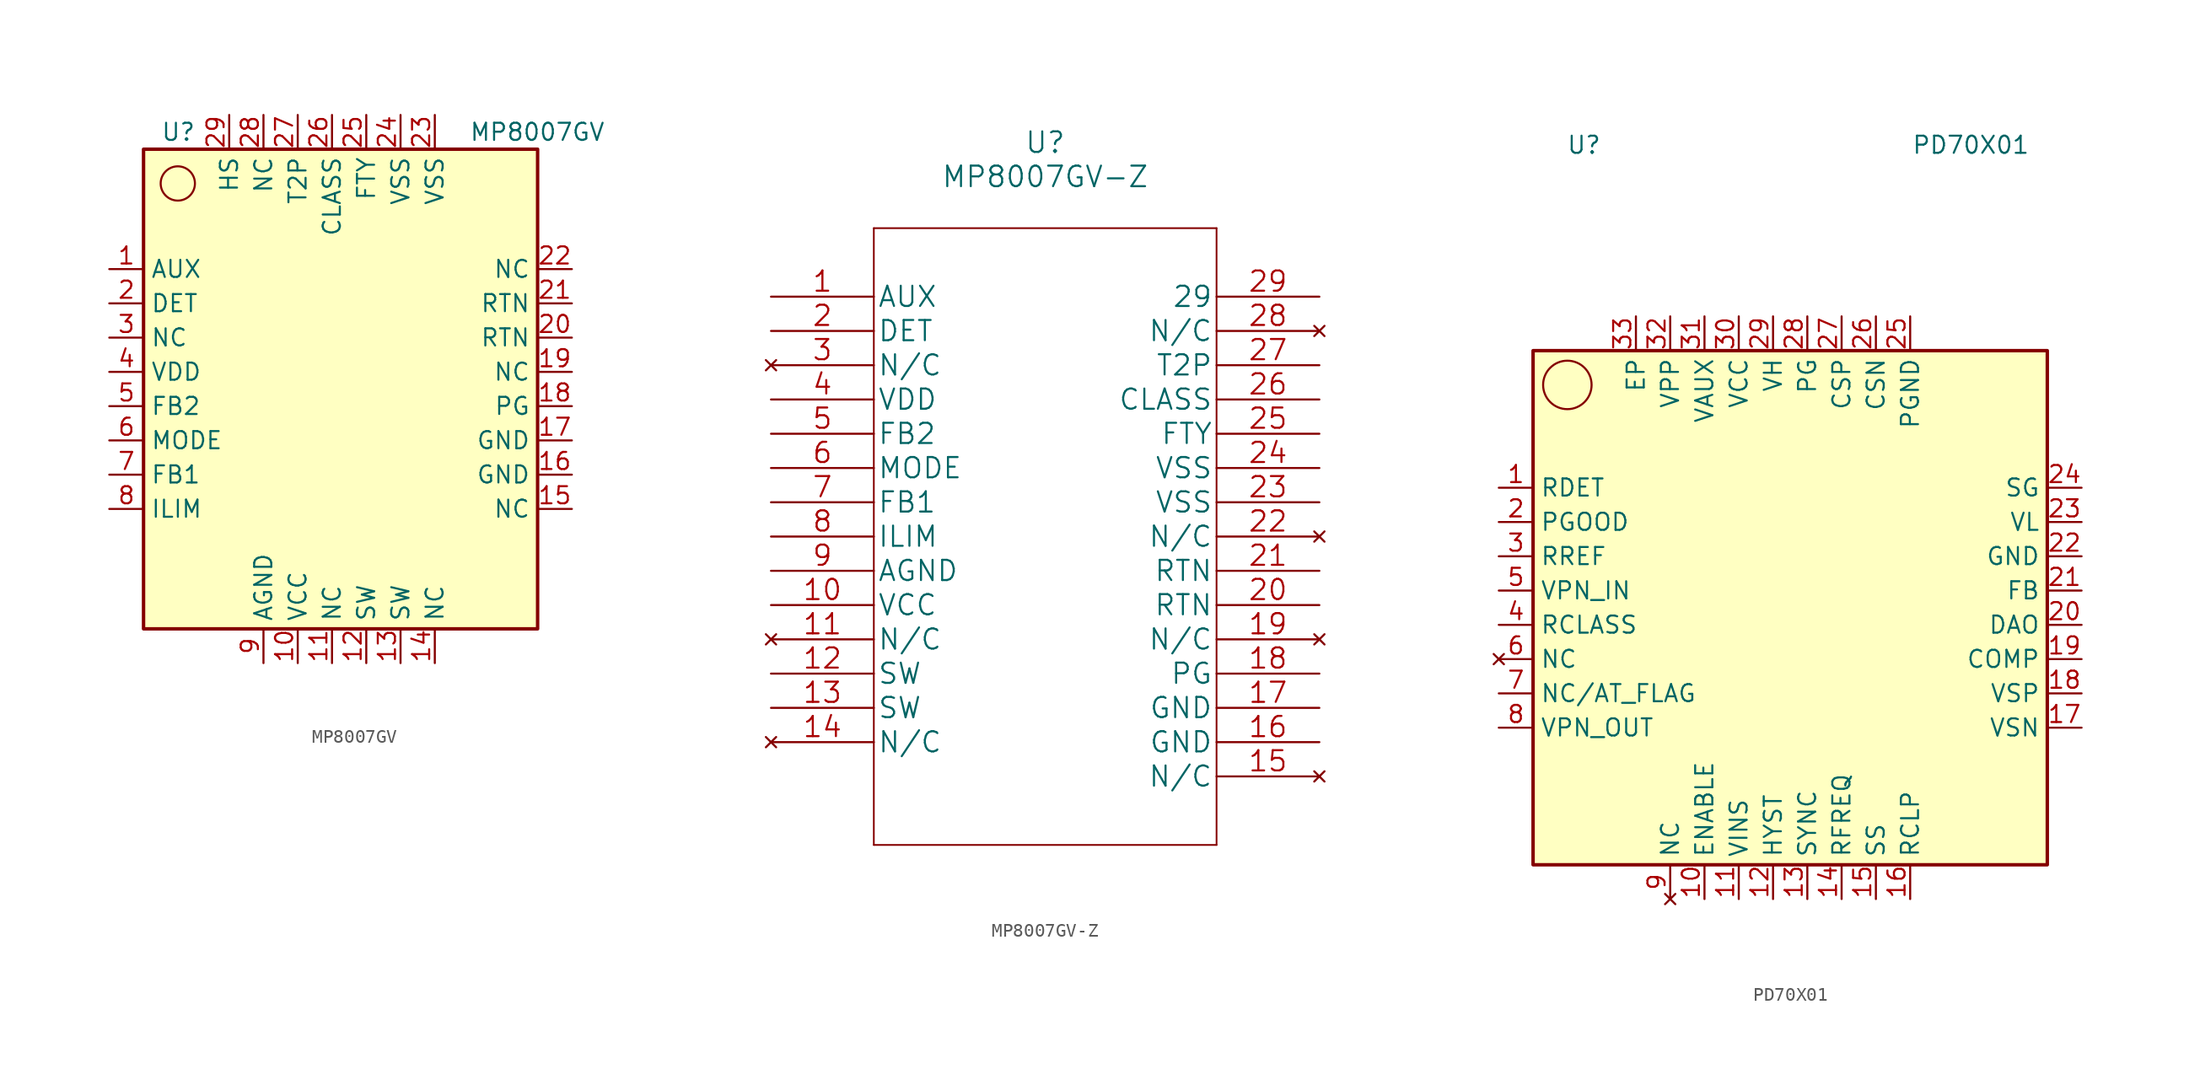
<source format=kicad_sym>
(kicad_symbol_lib
  (version 20220914)
  (generator kicad_symbol_editor)
  (symbol "MP8007GV"
    (property "Reference" "U"
      (at -13.97 19.05 0)
      (effects (font (size 1.27 1.27)) (justify left)))
    (property "Value" "MP8007GV"
      (at 8.89 19.05 0)
      (effects (font (size 1.27 1.27)) (justify left)))
    (symbol "MP8007GV_0_1"
      (rectangle (start -15.24 17.78) (end 13.97 -17.78) (stroke (width 0.254) (type default)) (fill (type background)))
      (circle (center -12.7 15.24) (radius 1.27) (stroke (width 0) (type default)) (fill (type none))))
    (symbol "MP8007GV_1_1"
      (pin input line (at -17.78 8.89 0) (length 2.54) (name "AUX" (effects (font (size 1.27 1.27)))) (number "1" (effects (font (size 1.27 1.27)))))
      (pin power_out line (at -3.81 -20.32 90) (length 2.54) (name "VCC" (effects (font (size 1.27 1.27)))) (number "10" (effects (font (size 1.27 1.27)))))
      (pin free line (at -1.27 -20.32 90) (length 2.54) (name "NC" (effects (font (size 1.27 1.27)))) (number "11" (effects (font (size 1.27 1.27)))))
      (pin power_out line (at 1.27 -20.32 90) (length 2.54) (name "SW" (effects (font (size 1.27 1.27)))) (number "12" (effects (font (size 1.27 1.27)))))
      (pin power_out line (at 3.81 -20.32 90) (length 2.54) (name "SW" (effects (font (size 1.27 1.27)))) (number "13" (effects (font (size 1.27 1.27)))))
      (pin free line (at 6.35 -20.32 90) (length 2.54) (name "NC" (effects (font (size 1.27 1.27)))) (number "14" (effects (font (size 1.27 1.27)))))
      (pin free line (at 16.51 -8.89 180) (length 2.54) (name "NC" (effects (font (size 1.27 1.27)))) (number "15" (effects (font (size 1.27 1.27)))))
      (pin power_in line (at 16.51 -6.35 180) (length 2.54) (name "GND" (effects (font (size 1.27 1.27)))) (number "16" (effects (font (size 1.27 1.27)))))
      (pin power_in line (at 16.51 -3.81 180) (length 2.54) (name "GND" (effects (font (size 1.27 1.27)))) (number "17" (effects (font (size 1.27 1.27)))))
      (pin output line (at 16.51 -1.27 180) (length 2.54) (name "PG" (effects (font (size 1.27 1.27)))) (number "18" (effects (font (size 1.27 1.27)))))
      (pin free line (at 16.51 1.27 180) (length 2.54) (name "NC" (effects (font (size 1.27 1.27)))) (number "19" (effects (font (size 1.27 1.27)))))
      (pin input line (at -17.78 6.35 0) (length 2.54) (name "DET" (effects (font (size 1.27 1.27)))) (number "2" (effects (font (size 1.27 1.27)))))
      (pin power_in line (at 16.51 3.81 180) (length 2.54) (name "RTN" (effects (font (size 1.27 1.27)))) (number "20" (effects (font (size 1.27 1.27)))))
      (pin power_in line (at 16.51 6.35 180) (length 2.54) (name "RTN" (effects (font (size 1.27 1.27)))) (number "21" (effects (font (size 1.27 1.27)))))
      (pin free line (at 16.51 8.89 180) (length 2.54) (name "NC" (effects (font (size 1.27 1.27)))) (number "22" (effects (font (size 1.27 1.27)))))
      (pin power_in line (at 6.35 20.32 270) (length 2.54) (name "VSS" (effects (font (size 1.27 1.27)))) (number "23" (effects (font (size 1.27 1.27)))))
      (pin power_in line (at 3.81 20.32 270) (length 2.54) (name "VSS" (effects (font (size 1.27 1.27)))) (number "24" (effects (font (size 1.27 1.27)))))
      (pin power_in line (at 1.27 20.32 270) (length 2.54) (name "FTY" (effects (font (size 1.27 1.27)))) (number "25" (effects (font (size 1.27 1.27)))))
      (pin input line (at -1.27 20.32 270) (length 2.54) (name "CLASS" (effects (font (size 1.27 1.27)))) (number "26" (effects (font (size 1.27 1.27)))))
      (pin output line (at -3.81 20.32 270) (length 2.54) (name "T2P" (effects (font (size 1.27 1.27)))) (number "27" (effects (font (size 1.27 1.27)))))
      (pin free line (at -6.35 20.32 270) (length 2.54) (name "NC" (effects (font (size 1.27 1.27)))) (number "28" (effects (font (size 1.27 1.27)))))
      (pin passive line (at -8.89 20.32 270) (length 2.54) (name "HS" (effects (font (size 1.27 1.27)))) (number "29" (effects (font (size 1.27 1.27)))))
      (pin free line (at -17.78 3.81 0) (length 2.54) (name "NC" (effects (font (size 1.27 1.27)))) (number "3" (effects (font (size 1.27 1.27)))))
      (pin power_in line (at -17.78 1.27 0) (length 2.54) (name "VDD" (effects (font (size 1.27 1.27)))) (number "4" (effects (font (size 1.27 1.27)))))
      (pin input line (at -17.78 -1.27 0) (length 2.54) (name "FB2" (effects (font (size 1.27 1.27)))) (number "5" (effects (font (size 1.27 1.27)))))
      (pin input line (at -17.78 -3.81 0) (length 2.54) (name "MODE" (effects (font (size 1.27 1.27)))) (number "6" (effects (font (size 1.27 1.27)))))
      (pin input line (at -17.78 -6.35 0) (length 2.54) (name "FB1" (effects (font (size 1.27 1.27)))) (number "7" (effects (font (size 1.27 1.27)))))
      (pin input line (at -17.78 -8.89 0) (length 2.54) (name "ILIM" (effects (font (size 1.27 1.27)))) (number "8" (effects (font (size 1.27 1.27)))))
      (pin power_in line (at -6.35 -20.32 90) (length 2.54) (name "AGND" (effects (font (size 1.27 1.27)))) (number "9" (effects (font (size 1.27 1.27)))))))
  (symbol "MP8007GV-Z"
    (pin_names
      (offset 0.254))
    (property "Reference" "U"
      (at 20.32 11.43 0)
      (effects (font (size 1.524 1.524))))
    (property "Value" "MP8007GV-Z"
      (at 20.32 8.89 0)
      (effects (font (size 1.524 1.524))))
    (property "Datasheet" ""
      (at 0 0 0)
      (effects (font (size 1.524 1.524))))
    (symbol "MP8007GV-Z_1_1"
      (polyline (pts (xy 7.62 -40.64) (xy 33.02 -40.64)) (stroke (width 0.127) (type solid)) (fill (type none)))
      (polyline (pts (xy 7.62 5.08) (xy 7.62 -40.64)) (stroke (width 0.127) (type solid)) (fill (type none)))
      (polyline (pts (xy 33.02 -40.64) (xy 33.02 5.08)) (stroke (width 0.127) (type solid)) (fill (type none)))
      (polyline (pts (xy 33.02 5.08) (xy 7.62 5.08)) (stroke (width 0.127) (type solid)) (fill (type none)))
      (pin unspecified line (at 0 0 0) (length 7.62) (name "AUX" (effects (font (size 1.499 1.499)))) (number "1" (effects (font (size 1.499 1.499)))))
      (pin power_in line (at 0 -22.86 0) (length 7.62) (name "VCC" (effects (font (size 1.499 1.499)))) (number "10" (effects (font (size 1.499 1.499)))))
      (pin no_connect line (at 0 -25.4 0) (length 7.62) (name "N/C" (effects (font (size 1.499 1.499)))) (number "11" (effects (font (size 1.499 1.499)))))
      (pin unspecified line (at 0 -27.94 0) (length 7.62) (name "SW" (effects (font (size 1.499 1.499)))) (number "12" (effects (font (size 1.499 1.499)))))
      (pin unspecified line (at 0 -30.48 0) (length 7.62) (name "SW" (effects (font (size 1.499 1.499)))) (number "13" (effects (font (size 1.499 1.499)))))
      (pin no_connect line (at 0 -33.02 0) (length 7.62) (name "N/C" (effects (font (size 1.499 1.499)))) (number "14" (effects (font (size 1.499 1.499)))))
      (pin no_connect line (at 40.64 -35.56 180) (length 7.62) (name "N/C" (effects (font (size 1.499 1.499)))) (number "15" (effects (font (size 1.499 1.499)))))
      (pin power_in line (at 40.64 -33.02 180) (length 7.62) (name "GND" (effects (font (size 1.499 1.499)))) (number "16" (effects (font (size 1.499 1.499)))))
      (pin power_in line (at 40.64 -30.48 180) (length 7.62) (name "GND" (effects (font (size 1.499 1.499)))) (number "17" (effects (font (size 1.499 1.499)))))
      (pin unspecified line (at 40.64 -27.94 180) (length 7.62) (name "PG" (effects (font (size 1.499 1.499)))) (number "18" (effects (font (size 1.499 1.499)))))
      (pin no_connect line (at 40.64 -25.4 180) (length 7.62) (name "N/C" (effects (font (size 1.499 1.499)))) (number "19" (effects (font (size 1.499 1.499)))))
      (pin unspecified line (at 0 -2.54 0) (length 7.62) (name "DET" (effects (font (size 1.499 1.499)))) (number "2" (effects (font (size 1.499 1.499)))))
      (pin unspecified line (at 40.64 -22.86 180) (length 7.62) (name "RTN" (effects (font (size 1.499 1.499)))) (number "20" (effects (font (size 1.499 1.499)))))
      (pin unspecified line (at 40.64 -20.32 180) (length 7.62) (name "RTN" (effects (font (size 1.499 1.499)))) (number "21" (effects (font (size 1.499 1.499)))))
      (pin no_connect line (at 40.64 -17.78 180) (length 7.62) (name "N/C" (effects (font (size 1.499 1.499)))) (number "22" (effects (font (size 1.499 1.499)))))
      (pin power_in line (at 40.64 -15.24 180) (length 7.62) (name "VSS" (effects (font (size 1.499 1.499)))) (number "23" (effects (font (size 1.499 1.499)))))
      (pin power_in line (at 40.64 -12.7 180) (length 7.62) (name "VSS" (effects (font (size 1.499 1.499)))) (number "24" (effects (font (size 1.499 1.499)))))
      (pin unspecified line (at 40.64 -10.16 180) (length 7.62) (name "FTY" (effects (font (size 1.499 1.499)))) (number "25" (effects (font (size 1.499 1.499)))))
      (pin unspecified line (at 40.64 -7.62 180) (length 7.62) (name "CLASS" (effects (font (size 1.499 1.499)))) (number "26" (effects (font (size 1.499 1.499)))))
      (pin unspecified line (at 40.64 -5.08 180) (length 7.62) (name "T2P" (effects (font (size 1.499 1.499)))) (number "27" (effects (font (size 1.499 1.499)))))
      (pin no_connect line (at 40.64 -2.54 180) (length 7.62) (name "N/C" (effects (font (size 1.499 1.499)))) (number "28" (effects (font (size 1.499 1.499)))))
      (pin unspecified line (at 40.64 0 180) (length 7.62) (name "29" (effects (font (size 1.499 1.499)))) (number "29" (effects (font (size 1.499 1.499)))))
      (pin no_connect line (at 0 -5.08 0) (length 7.62) (name "N/C" (effects (font (size 1.499 1.499)))) (number "3" (effects (font (size 1.499 1.499)))))
      (pin power_in line (at 0 -7.62 0) (length 7.62) (name "VDD" (effects (font (size 1.499 1.499)))) (number "4" (effects (font (size 1.499 1.499)))))
      (pin bidirectional line (at 0 -10.16 0) (length 7.62) (name "FB2" (effects (font (size 1.499 1.499)))) (number "5" (effects (font (size 1.499 1.499)))))
      (pin unspecified line (at 0 -12.7 0) (length 7.62) (name "MODE" (effects (font (size 1.499 1.499)))) (number "6" (effects (font (size 1.499 1.499)))))
      (pin bidirectional line (at 0 -15.24 0) (length 7.62) (name "FB1" (effects (font (size 1.499 1.499)))) (number "7" (effects (font (size 1.499 1.499)))))
      (pin unspecified line (at 0 -17.78 0) (length 7.62) (name "ILIM" (effects (font (size 1.499 1.499)))) (number "8" (effects (font (size 1.499 1.499)))))
      (pin power_in line (at 0 -20.32 0) (length 7.62) (name "AGND" (effects (font (size 1.499 1.499)))) (number "9" (effects (font (size 1.499 1.499)))))))
  (symbol "PD70X01"
    (property "Reference" "U"
      (at -13.97 34.29 0)
      (effects (font (size 1.27 1.27)) (justify right)))
    (property "Value" "PD70X01"
      (at 17.78 34.29 0)
      (effects (font (size 1.27 1.27)) (justify right)))
    (symbol "PD70X01_0_1"
      (rectangle (start -19.05 19.05) (end 19.05 -19.05) (stroke (width 0.254) (type default)) (fill (type background)))
      (circle (center -16.51 16.51) (radius 1.796) (stroke (width 0) (type default)) (fill (type none))))
    (symbol "PD70X01_1_1"
      (pin passive line (at -21.59 8.89 0) (length 2.54) (name "RDET" (effects (font (size 1.27 1.27)))) (number "1" (effects (font (size 1.27 1.27)))))
      (pin input line (at -6.35 -21.59 90) (length 2.54) (name "ENABLE" (effects (font (size 1.27 1.27)))) (number "10" (effects (font (size 1.27 1.27)))))
      (pin input line (at -3.81 -21.59 90) (length 2.54) (name "VINS" (effects (font (size 1.27 1.27)))) (number "11" (effects (font (size 1.27 1.27)))))
      (pin output line (at -1.27 -21.59 90) (length 2.54) (name "HYST" (effects (font (size 1.27 1.27)))) (number "12" (effects (font (size 1.27 1.27)))))
      (pin input line (at 1.27 -21.59 90) (length 2.54) (name "SYNC" (effects (font (size 1.27 1.27)))) (number "13" (effects (font (size 1.27 1.27)))))
      (pin passive line (at 3.81 -21.59 90) (length 2.54) (name "RFREQ" (effects (font (size 1.27 1.27)))) (number "14" (effects (font (size 1.27 1.27)))))
      (pin passive line (at 6.35 -21.59 90) (length 2.54) (name "SS" (effects (font (size 1.27 1.27)))) (number "15" (effects (font (size 1.27 1.27)))))
      (pin passive line (at 8.89 -21.59 90) (length 2.54) (name "RCLP" (effects (font (size 1.27 1.27)))) (number "16" (effects (font (size 1.27 1.27)))))
      (pin input line (at 21.59 -8.89 180) (length 2.54) (name "VSN" (effects (font (size 1.27 1.27)))) (number "17" (effects (font (size 1.27 1.27)))))
      (pin input line (at 21.59 -6.35 180) (length 2.54) (name "VSP" (effects (font (size 1.27 1.27)))) (number "18" (effects (font (size 1.27 1.27)))))
      (pin output line (at 21.59 -3.81 180) (length 2.54) (name "COMP" (effects (font (size 1.27 1.27)))) (number "19" (effects (font (size 1.27 1.27)))))
      (pin output line (at -21.59 6.35 0) (length 2.54) (name "PGOOD" (effects (font (size 1.27 1.27)))) (number "2" (effects (font (size 1.27 1.27)))))
      (pin output line (at 21.59 -1.27 180) (length 2.54) (name "DAO" (effects (font (size 1.27 1.27)))) (number "20" (effects (font (size 1.27 1.27)))))
      (pin input line (at 21.59 1.27 180) (length 2.54) (name "FB" (effects (font (size 1.27 1.27)))) (number "21" (effects (font (size 1.27 1.27)))))
      (pin power_in line (at 21.59 3.81 180) (length 2.54) (name "GND" (effects (font (size 1.27 1.27)))) (number "22" (effects (font (size 1.27 1.27)))))
      (pin power_out line (at 21.59 6.35 180) (length 2.54) (name "VL" (effects (font (size 1.27 1.27)))) (number "23" (effects (font (size 1.27 1.27)))))
      (pin output line (at 21.59 8.89 180) (length 2.54) (name "SG" (effects (font (size 1.27 1.27)))) (number "24" (effects (font (size 1.27 1.27)))))
      (pin power_in line (at 8.89 21.59 270) (length 2.54) (name "PGND" (effects (font (size 1.27 1.27)))) (number "25" (effects (font (size 1.27 1.27)))))
      (pin input line (at 6.35 21.59 270) (length 2.54) (name "CSN" (effects (font (size 1.27 1.27)))) (number "26" (effects (font (size 1.27 1.27)))))
      (pin input line (at 3.81 21.59 270) (length 2.54) (name "CSP" (effects (font (size 1.27 1.27)))) (number "27" (effects (font (size 1.27 1.27)))))
      (pin output line (at 1.27 21.59 270) (length 2.54) (name "PG" (effects (font (size 1.27 1.27)))) (number "28" (effects (font (size 1.27 1.27)))))
      (pin power_out line (at -1.27 21.59 270) (length 2.54) (name "VH" (effects (font (size 1.27 1.27)))) (number "29" (effects (font (size 1.27 1.27)))))
      (pin passive line (at -21.59 3.81 0) (length 2.54) (name "RREF" (effects (font (size 1.27 1.27)))) (number "3" (effects (font (size 1.27 1.27)))))
      (pin power_in line (at -3.81 21.59 270) (length 2.54) (name "VCC" (effects (font (size 1.27 1.27)))) (number "30" (effects (font (size 1.27 1.27)))))
      (pin output line (at -6.35 21.59 270) (length 2.54) (name "VAUX" (effects (font (size 1.27 1.27)))) (number "31" (effects (font (size 1.27 1.27)))))
      (pin power_in line (at -8.89 21.59 270) (length 2.54) (name "VPP" (effects (font (size 1.27 1.27)))) (number "32" (effects (font (size 1.27 1.27)))))
      (pin passive line (at -11.43 21.59 270) (length 2.54) (name "EP" (effects (font (size 1.27 1.27)))) (number "33" (effects (font (size 1.27 1.27)))))
      (pin passive line (at -21.59 -1.27 0) (length 2.54) (name "RCLASS" (effects (font (size 1.27 1.27)))) (number "4" (effects (font (size 1.27 1.27)))))
      (pin input line (at -21.59 1.27 0) (length 2.54) (name "VPN_IN" (effects (font (size 1.27 1.27)))) (number "5" (effects (font (size 1.27 1.27)))))
      (pin no_connect line (at -21.59 -3.81 0) (length 2.54) (name "NC" (effects (font (size 1.27 1.27)))) (number "6" (effects (font (size 1.27 1.27)))))
      (pin output line (at -21.59 -6.35 0) (length 2.54) (name "NC/AT_FLAG" (effects (font (size 1.27 1.27)))) (number "7" (effects (font (size 1.27 1.27)))))
      (pin output line (at -21.59 -8.89 0) (length 2.54) (name "VPN_OUT" (effects (font (size 1.27 1.27)))) (number "8" (effects (font (size 1.27 1.27)))))
      (pin no_connect line (at -8.89 -21.59 90) (length 2.54) (name "NC" (effects (font (size 1.27 1.27)))) (number "9" (effects (font (size 1.27 1.27))))))))
</source>
